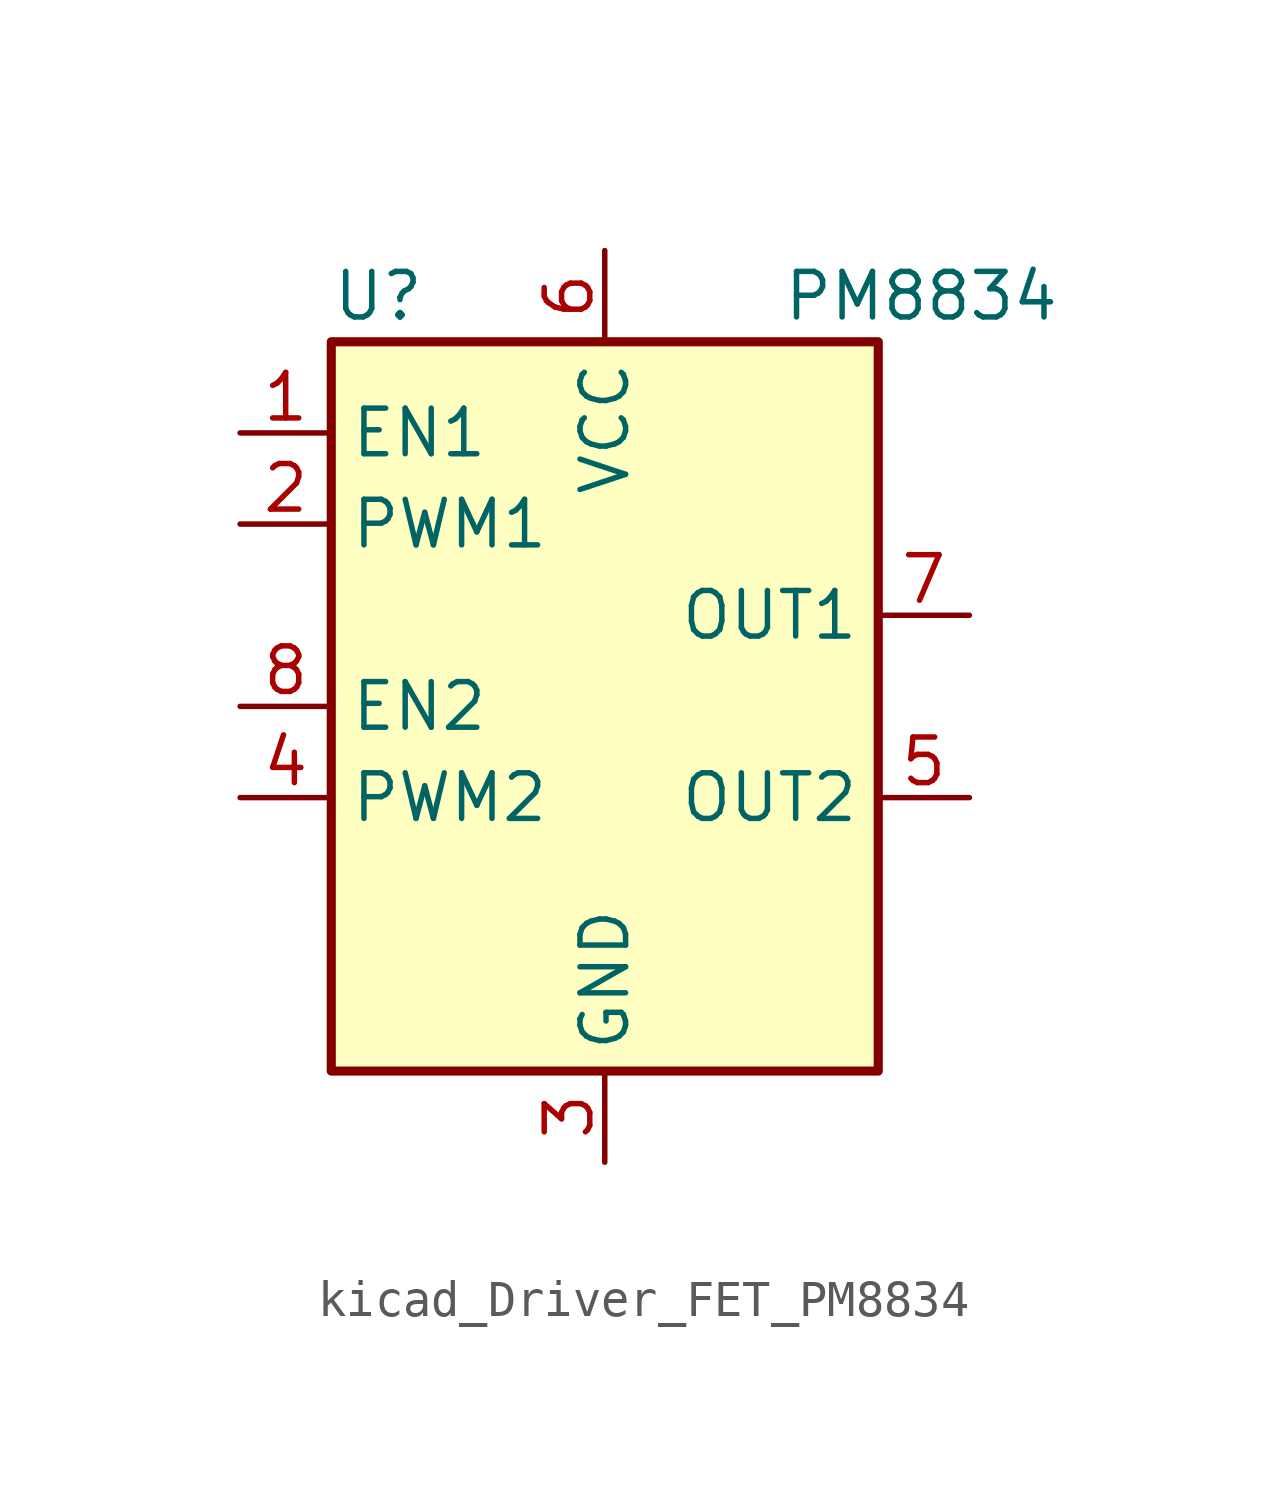
<source format=kicad_sym>
(kicad_symbol_lib
  (version 20220914)
  (generator kicad_symbol_editor)
  (symbol "kicad_Driver_FET_PM8834"
    (property "Reference" "U"
      (at -7.62 11.43 0)
      (effects (font (size 1.27 1.27)) (justify left)))
    (property "Value" "PM8834"
      (at 12.7 11.43 0)
      (effects (font (size 1.27 1.27)) (justify right)))
    (symbol "kicad_Driver_FET_PM8834_0_1"
      (rectangle (start -7.62 -10.16) (end 7.62 10.16) (stroke (width 0.254) (type default)) (fill (type background))))
    (symbol "kicad_Driver_FET_PM8834_1_1"
      (pin input line (at -10.16 7.62 0) (length 2.54) (name "EN1" (effects (font (size 1.27 1.27)))) (number "1" (effects (font (size 1.27 1.27)))))
      (pin input line (at -10.16 5.08 0) (length 2.54) (name "PWM1" (effects (font (size 1.27 1.27)))) (number "2" (effects (font (size 1.27 1.27)))))
      (pin power_in line (at 0 -12.7 90) (length 2.54) (name "GND" (effects (font (size 1.27 1.27)))) (number "3" (effects (font (size 1.27 1.27)))))
      (pin input line (at -10.16 -2.54 0) (length 2.54) (name "PWM2" (effects (font (size 1.27 1.27)))) (number "4" (effects (font (size 1.27 1.27)))))
      (pin output line (at 10.16 -2.54 180) (length 2.54) (name "OUT2" (effects (font (size 1.27 1.27)))) (number "5" (effects (font (size 1.27 1.27)))))
      (pin power_in line (at 0 12.7 270) (length 2.54) (name "VCC" (effects (font (size 1.27 1.27)))) (number "6" (effects (font (size 1.27 1.27)))))
      (pin output line (at 10.16 2.54 180) (length 2.54) (name "OUT1" (effects (font (size 1.27 1.27)))) (number "7" (effects (font (size 1.27 1.27)))))
      (pin input line (at -10.16 0 0) (length 2.54) (name "EN2" (effects (font (size 1.27 1.27)))) (number "8" (effects (font (size 1.27 1.27))))))))
</source>
